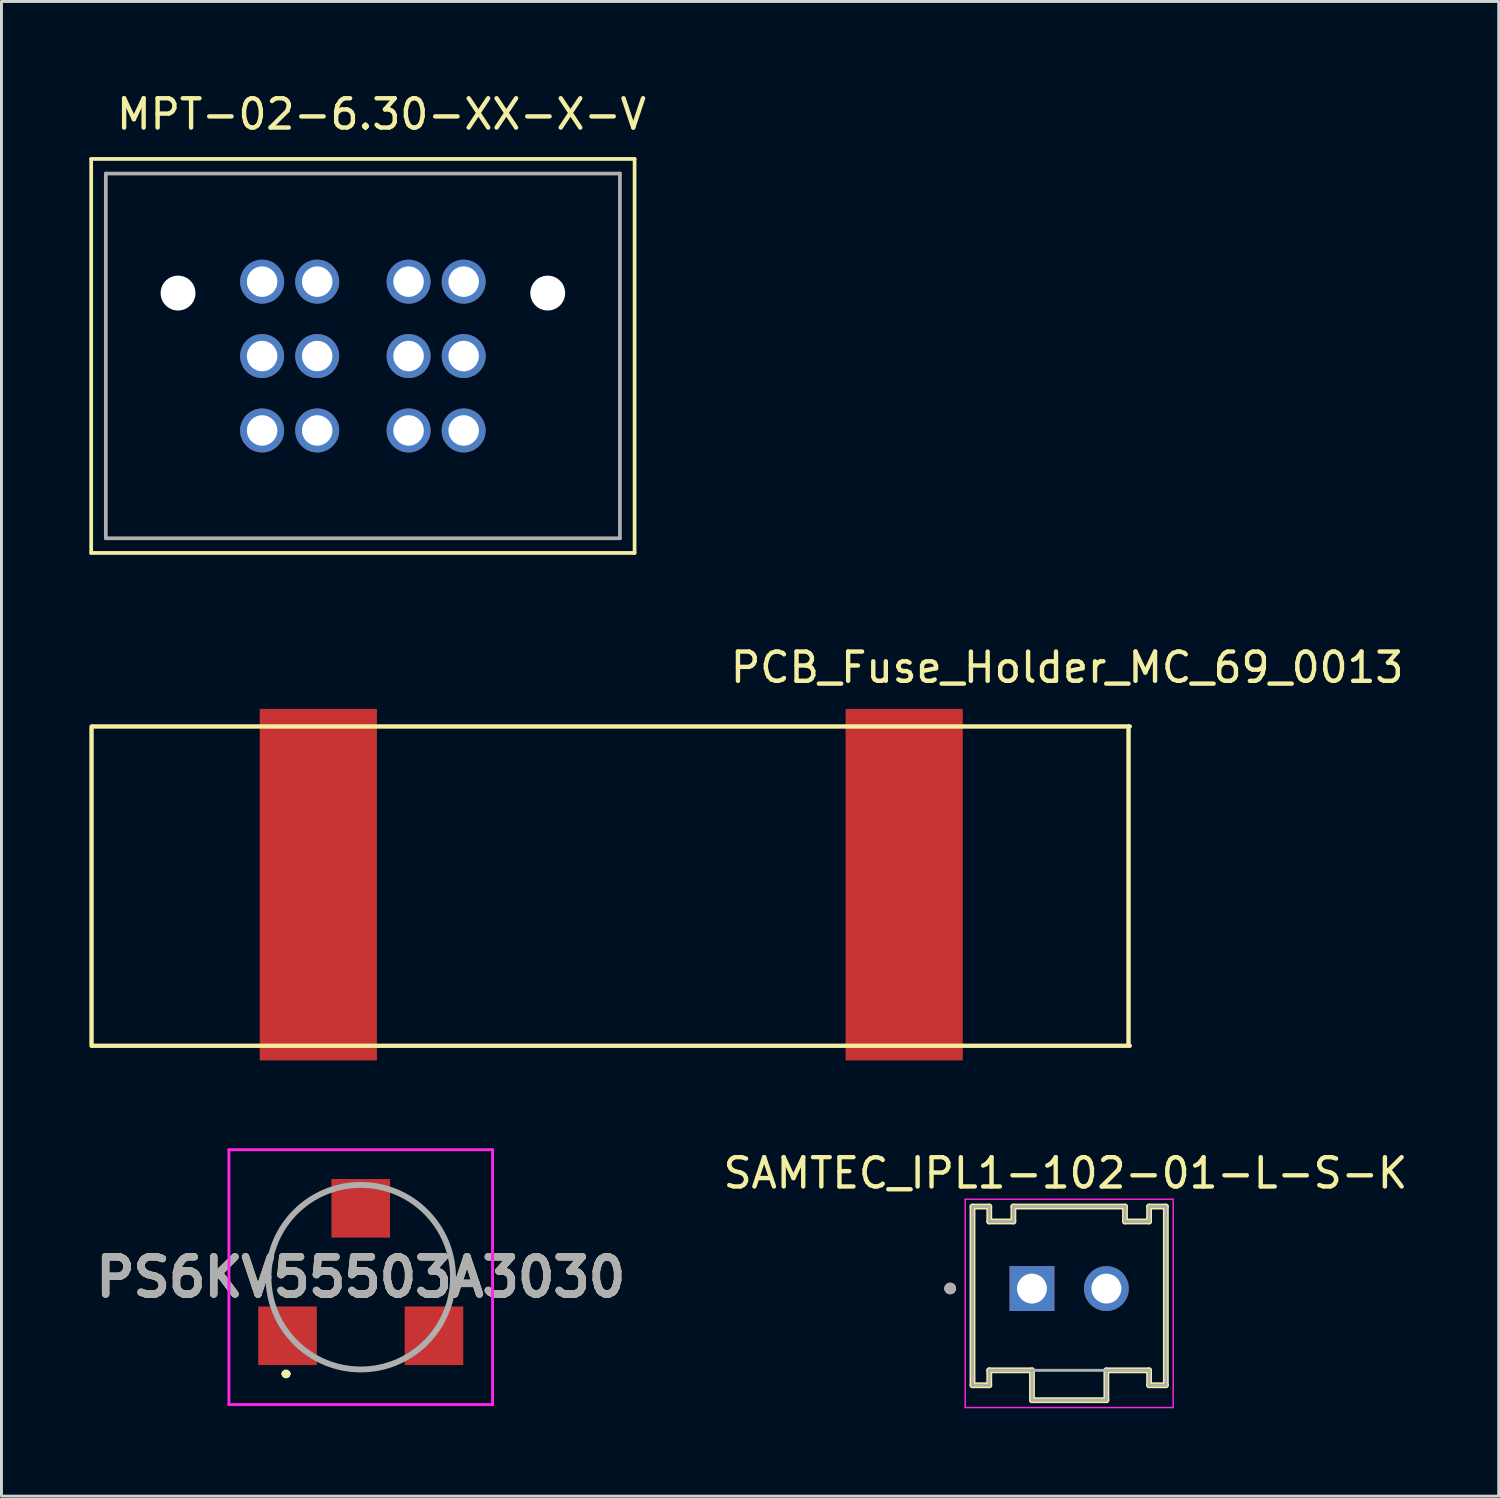
<source format=kicad_pcb>
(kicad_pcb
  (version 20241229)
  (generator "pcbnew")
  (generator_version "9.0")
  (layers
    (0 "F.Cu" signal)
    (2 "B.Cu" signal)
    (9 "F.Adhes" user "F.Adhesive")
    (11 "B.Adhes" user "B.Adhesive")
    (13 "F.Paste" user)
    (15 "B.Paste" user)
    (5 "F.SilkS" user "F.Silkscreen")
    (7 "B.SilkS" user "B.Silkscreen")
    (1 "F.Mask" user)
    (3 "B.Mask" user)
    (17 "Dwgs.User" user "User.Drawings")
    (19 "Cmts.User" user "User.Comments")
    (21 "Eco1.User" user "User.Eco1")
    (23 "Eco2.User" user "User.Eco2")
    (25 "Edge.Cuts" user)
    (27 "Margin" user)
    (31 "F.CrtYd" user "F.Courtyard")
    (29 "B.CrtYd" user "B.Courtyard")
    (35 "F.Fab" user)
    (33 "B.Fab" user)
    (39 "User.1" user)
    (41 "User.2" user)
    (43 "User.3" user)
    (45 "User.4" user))
  (footprint "MPT-02-6.30-XX-X-V"
    (layer "F.Cu")
    (at 9.338 9.105)
    (property "Reference" "MPT-02-6.30-XX-X-V" (at 0.635 -8.256 0) (layer "F.SilkS") (effects (font (size 1 1) (thickness 0.15))))
    (attr through_hole)
    (fp_line (start -9.275 -6.73) (end 9.275 -6.73) (stroke (width 0.127) (type solid)) (layer "F.SilkS"))
    (fp_line (start -9.275 6.72) (end -9.275 -6.73) (stroke (width 0.127) (type solid)) (layer "F.SilkS"))
    (fp_line (start 9.275 -6.73) (end 9.275 6.72) (stroke (width 0.127) (type solid)) (layer "F.SilkS"))
    (fp_line (start 9.275 6.72) (end -9.275 6.72) (stroke (width 0.127) (type solid)) (layer "F.SilkS"))
    (fp_line (start -8.775 -6.23) (end 8.775 -6.23) (stroke (width 0.127) (type solid)) (layer "F.Fab"))
    (fp_line (start -8.775 6.22) (end -8.775 -6.23) (stroke (width 0.127) (type solid)) (layer "F.Fab"))
    (fp_line (start 8.775 -6.23) (end 8.775 6.22) (stroke (width 0.127) (type solid)) (layer "F.Fab"))
    (fp_line (start 8.775 6.22) (end -8.775 6.22) (stroke (width 0.127) (type solid)) (layer "F.Fab"))
    (pad "" np_thru_hole circle (at -6.31 -2.15) (size 1.19 1.19) (drill 1.19) (layers "*.Cu" "*.Mask"))
    (pad "" np_thru_hole circle (at 6.31 -2.15) (size 1.19 1.19) (drill 1.19) (layers "*.Cu" "*.Mask"))
    (pad "1" thru_hole circle (at -3.44 -2.54) (size 1.5 1.5) (drill 1.04) (layers "*.Cu" "*.Mask"))
    (pad "1" thru_hole circle (at -3.44 0) (size 1.5 1.5) (drill 1.04) (layers "*.Cu" "*.Mask"))
    (pad "1" thru_hole circle (at -3.44 2.54) (size 1.5 1.5) (drill 1.04) (layers "*.Cu" "*.Mask"))
    (pad "1" thru_hole circle (at -1.56 -2.54) (size 1.5 1.5) (drill 1.04) (layers "*.Cu" "*.Mask"))
    (pad "1" thru_hole circle (at -1.56 0) (size 1.5 1.5) (drill 1.04) (layers "*.Cu" "*.Mask"))
    (pad "1" thru_hole circle (at -1.56 2.54) (size 1.5 1.5) (drill 1.04) (layers "*.Cu" "*.Mask"))
    (pad "2" thru_hole circle (at 1.56 -2.54) (size 1.5 1.5) (drill 1.04) (layers "*.Cu" "*.Mask"))
    (pad "2" thru_hole circle (at 1.56 0) (size 1.5 1.5) (drill 1.04) (layers "*.Cu" "*.Mask"))
    (pad "2" thru_hole circle (at 1.56 2.54) (size 1.5 1.5) (drill 1.04) (layers "*.Cu" "*.Mask"))
    (pad "2" thru_hole circle (at 3.44 -2.54) (size 1.5 1.5) (drill 1.04) (layers "*.Cu" "*.Mask"))
    (pad "2" thru_hole circle (at 3.44 0) (size 1.5 1.5) (drill 1.04) (layers "*.Cu" "*.Mask"))
    (pad "2" thru_hole circle (at 3.44 2.54) (size 1.5 1.5) (drill 1.04) (layers "*.Cu" "*.Mask")))
  (footprint "PCB_Fuse_Holder_MC_69_0013"
    (layer "F.Cu")
    (at 17.817 32.65)
    (property "Reference" "PCB_Fuse_Holder_MC_69_0013" (at 15.563 -12.913 0) (layer "F.SilkS") (effects (font (size 1 1) (thickness 0.15))))
    (attr through_hole)
    (fp_line (start -17.742 -10.897) (end -17.742 0) (stroke (width 0.15) (type solid)) (layer "F.SilkS"))
    (fp_line (start -17.7 -10.9) (end 17.7 -10.9) (stroke (width 0.15) (type solid)) (layer "F.SilkS"))
    (fp_line (start -17.7 0) (end 17.7 0) (stroke (width 0.15) (type solid)) (layer "F.SilkS"))
    (fp_line (start 17.658 -10.902) (end 17.658 -0.033) (stroke (width 0.15) (type solid)) (layer "F.SilkS"))
    (pad "1" smd rect (at -10 -5.5) (size 4 12) (layers "F.Cu" "F.Mask" "F.Paste"))
    (pad "2" smd rect (at 10 -5.5) (size 4 12) (layers "F.Cu" "F.Mask" "F.Paste")))
  (footprint "PS6KV55503A3030"
    (layer "F.Cu")
    (at 9.265 40.55)
    (property "Reference" "PS6KV55503A3030" (at 0 0 0) (layer "F.SilkS") (effects (font (size 1.27 1.27) (thickness 0.254))))
    (attr through_hole)
    (fp_line (start -2.6 3.3) (end -2.6 3.3) (stroke (width 0.2) (type solid)) (layer "F.SilkS"))
    (fp_line (start -2.6 3.3) (end -2.6 3.3) (stroke (width 0.2) (type solid)) (layer "F.SilkS"))
    (fp_line (start -2.5 3.3) (end -2.5 3.3) (stroke (width 0.2) (type solid)) (layer "F.SilkS"))
    (fp_arc (start -2.6 3.3) (mid -2.55 3.25) (end -2.5 3.3) (stroke (width 0.2) (type solid)) (layer "F.SilkS"))
    (fp_arc (start -2.5 3.3) (mid -2.55 3.35) (end -2.6 3.3) (stroke (width 0.2) (type solid)) (layer "F.SilkS"))
    (fp_arc (start -2.5 3.3) (mid -2.55 3.35) (end -2.6 3.3) (stroke (width 0.2) (type solid)) (layer "F.SilkS"))
    (fp_line (start -4.5 -4.35) (end 4.5 -4.35) (stroke (width 0.1) (type solid)) (layer "F.CrtYd"))
    (fp_line (start -4.5 4.35) (end -4.5 -4.35) (stroke (width 0.1) (type solid)) (layer "F.CrtYd"))
    (fp_line (start 4.5 -4.35) (end 4.5 4.35) (stroke (width 0.1) (type solid)) (layer "F.CrtYd"))
    (fp_line (start 4.5 4.35) (end -4.5 4.35) (stroke (width 0.1) (type solid)) (layer "F.CrtYd"))
    (fp_line (start -3.15 0) (end -3.15 0) (stroke (width 0.2) (type solid)) (layer "F.Fab"))
    (fp_line (start 3.15 0) (end 3.15 0) (stroke (width 0.2) (type solid)) (layer "F.Fab"))
    (fp_arc (start -3.15 0) (mid 0 -3.15) (end 3.15 0) (stroke (width 0.2) (type solid)) (layer "F.Fab"))
    (fp_arc (start 3.15 0) (mid 0 3.15) (end -3.15 0) (stroke (width 0.2) (type solid)) (layer "F.Fab"))
    (fp_text user "${REFERENCE}" (at 0 0 0) (layer "F.Fab") (effects (font (size 1.27 1.27) (thickness 0.254))))
    (pad "" np_thru_hole circle (at 0 0) (size 0.001 0.001) (drill 2.5) (layers "*.Cu" "*.Mask"))
    (pad "1" smd rect (at -2.5 2 90) (size 2 2) (layers "F.Cu" "F.Mask" "F.Paste"))
    (pad "2" smd rect (at 0 -2.35 90) (size 2 2) (layers "F.Cu" "F.Mask" "F.Paste"))
    (pad "3" smd rect (at 2.5 2 90) (size 2 2) (layers "F.Cu" "F.Mask" "F.Paste")))
  (footprint "SAMTEC_IPL1-102-01-L-S-K"
    (layer "F.Cu")
    (at 33.449 40.939)
    (property "Reference" "SAMTEC_IPL1-102-01-L-S-K" (at -0.127 -3.941 0) (layer "F.SilkS") (effects (font (size 1 1) (thickness 0.15))))
    (attr through_hole)
    (fp_line (start -3.3 -2.8) (end -3.3 3.3) (stroke (width 0.2) (type solid)) (layer "F.SilkS"))
    (fp_line (start -3.3 3.3) (end -2.728 3.3) (stroke (width 0.2) (type solid)) (layer "F.SilkS"))
    (fp_line (start -2.728 -2.8) (end -3.3 -2.8) (stroke (width 0.2) (type solid)) (layer "F.SilkS"))
    (fp_line (start -2.728 -2.29) (end -2.728 -2.8) (stroke (width 0.2) (type solid)) (layer "F.SilkS"))
    (fp_line (start -2.728 2.79) (end -1.27 2.79) (stroke (width 0.2) (type solid)) (layer "F.SilkS"))
    (fp_line (start -2.728 3.3) (end -2.728 2.79) (stroke (width 0.2) (type solid)) (layer "F.SilkS"))
    (fp_line (start -1.905 -2.8) (end -1.905 -2.29) (stroke (width 0.2) (type solid)) (layer "F.SilkS"))
    (fp_line (start -1.905 -2.29) (end -2.728 -2.29) (stroke (width 0.2) (type solid)) (layer "F.SilkS"))
    (fp_line (start -1.27 2.79) (end -1.27 3.81) (stroke (width 0.2) (type solid)) (layer "F.SilkS"))
    (fp_line (start -1.27 3.81) (end 1.27 3.81) (stroke (width 0.2) (type solid)) (layer "F.SilkS"))
    (fp_line (start 1.27 2.79) (end 2.728 2.79) (stroke (width 0.2) (type solid)) (layer "F.SilkS"))
    (fp_line (start 1.27 3.81) (end 1.27 2.79) (stroke (width 0.2) (type solid)) (layer "F.SilkS"))
    (fp_line (start 1.905 -2.8) (end -1.905 -2.8) (stroke (width 0.2) (type solid)) (layer "F.SilkS"))
    (fp_line (start 1.905 -2.29) (end 1.905 -2.8) (stroke (width 0.2) (type solid)) (layer "F.SilkS"))
    (fp_line (start 2.728 -2.8) (end 2.728 -2.29) (stroke (width 0.2) (type solid)) (layer "F.SilkS"))
    (fp_line (start 2.728 -2.29) (end 1.905 -2.29) (stroke (width 0.2) (type solid)) (layer "F.SilkS"))
    (fp_line (start 2.728 2.79) (end 2.728 3.3) (stroke (width 0.2) (type solid)) (layer "F.SilkS"))
    (fp_line (start 2.728 3.3) (end 3.3 3.3) (stroke (width 0.2) (type solid)) (layer "F.SilkS"))
    (fp_line (start 3.3 -2.8) (end 2.728 -2.8) (stroke (width 0.2) (type solid)) (layer "F.SilkS"))
    (fp_line (start 3.3 3.3) (end 3.3 -2.8) (stroke (width 0.2) (type solid)) (layer "F.SilkS"))
    (fp_circle (center -4.064 -0.004) (end -3.964 -0.004) (stroke (width 0.2) (type solid)) (fill no) (layer "F.SilkS"))
    (fp_line (start -3.55 -3.05) (end 3.55 -3.05) (stroke (width 0.05) (type solid)) (layer "F.CrtYd"))
    (fp_line (start -3.55 4.06) (end -3.55 -3.05) (stroke (width 0.05) (type solid)) (layer "F.CrtYd"))
    (fp_line (start 3.55 -3.05) (end 3.55 4.06) (stroke (width 0.05) (type solid)) (layer "F.CrtYd"))
    (fp_line (start 3.55 4.06) (end -3.55 4.06) (stroke (width 0.05) (type solid)) (layer "F.CrtYd"))
    (fp_line (start -3.3 -2.8) (end -3.3 3.3) (stroke (width 0.1) (type solid)) (layer "F.Fab"))
    (fp_line (start -3.3 3.3) (end -2.728 3.3) (stroke (width 0.1) (type solid)) (layer "F.Fab"))
    (fp_line (start -2.728 -2.8) (end -3.3 -2.8) (stroke (width 0.1) (type solid)) (layer "F.Fab"))
    (fp_line (start -2.728 -2.29) (end -2.728 -2.8) (stroke (width 0.1) (type solid)) (layer "F.Fab"))
    (fp_line (start -2.728 2.79) (end -1.27 2.79) (stroke (width 0.1) (type solid)) (layer "F.Fab"))
    (fp_line (start -2.728 3.3) (end -2.728 2.79) (stroke (width 0.1) (type solid)) (layer "F.Fab"))
    (fp_line (start -1.905 -2.8) (end -1.905 -2.29) (stroke (width 0.1) (type solid)) (layer "F.Fab"))
    (fp_line (start -1.905 -2.29) (end -2.728 -2.29) (stroke (width 0.1) (type solid)) (layer "F.Fab"))
    (fp_line (start -1.27 2.79) (end -1.27 3.81) (stroke (width 0.1) (type solid)) (layer "F.Fab"))
    (fp_line (start -1.27 2.79) (end 1.27 2.79) (stroke (width 0.1) (type solid)) (layer "F.Fab"))
    (fp_line (start -1.27 3.81) (end 1.27 3.81) (stroke (width 0.1) (type solid)) (layer "F.Fab"))
    (fp_line (start 1.27 2.79) (end 2.728 2.79) (stroke (width 0.1) (type solid)) (layer "F.Fab"))
    (fp_line (start 1.27 3.81) (end 1.27 2.79) (stroke (width 0.1) (type solid)) (layer "F.Fab"))
    (fp_line (start 1.905 -2.8) (end -1.905 -2.8) (stroke (width 0.1) (type solid)) (layer "F.Fab"))
    (fp_line (start 1.905 -2.29) (end 1.905 -2.8) (stroke (width 0.1) (type solid)) (layer "F.Fab"))
    (fp_line (start 2.728 -2.8) (end 2.728 -2.29) (stroke (width 0.1) (type solid)) (layer "F.Fab"))
    (fp_line (start 2.728 -2.29) (end 1.905 -2.29) (stroke (width 0.1) (type solid)) (layer "F.Fab"))
    (fp_line (start 2.728 2.79) (end 2.728 3.3) (stroke (width 0.1) (type solid)) (layer "F.Fab"))
    (fp_line (start 2.728 3.3) (end 3.3 3.3) (stroke (width 0.1) (type solid)) (layer "F.Fab"))
    (fp_line (start 3.3 -2.8) (end 2.728 -2.8) (stroke (width 0.1) (type solid)) (layer "F.Fab"))
    (fp_line (start 3.3 3.3) (end 3.3 -2.8) (stroke (width 0.1) (type solid)) (layer "F.Fab"))
    (fp_circle (center -4.064 -0.004) (end -3.964 -0.004) (stroke (width 0.2) (type solid)) (fill no) (layer "F.Fab"))
    (pad "1" thru_hole rect (at -1.27 0) (size 1.53 1.53) (drill 1.02) (layers "*.Cu" "*.Mask"))
    (pad "2" thru_hole circle (at 1.27 0) (size 1.53 1.53) (drill 1.02) (layers "*.Cu" "*.Mask")))
  (gr_rect
    (start -3 -3)
    (end 48.113 48.024)
    (stroke (width 0.1) (type default))
    (fill no)
    (layer "Edge.Cuts")))
</source>
